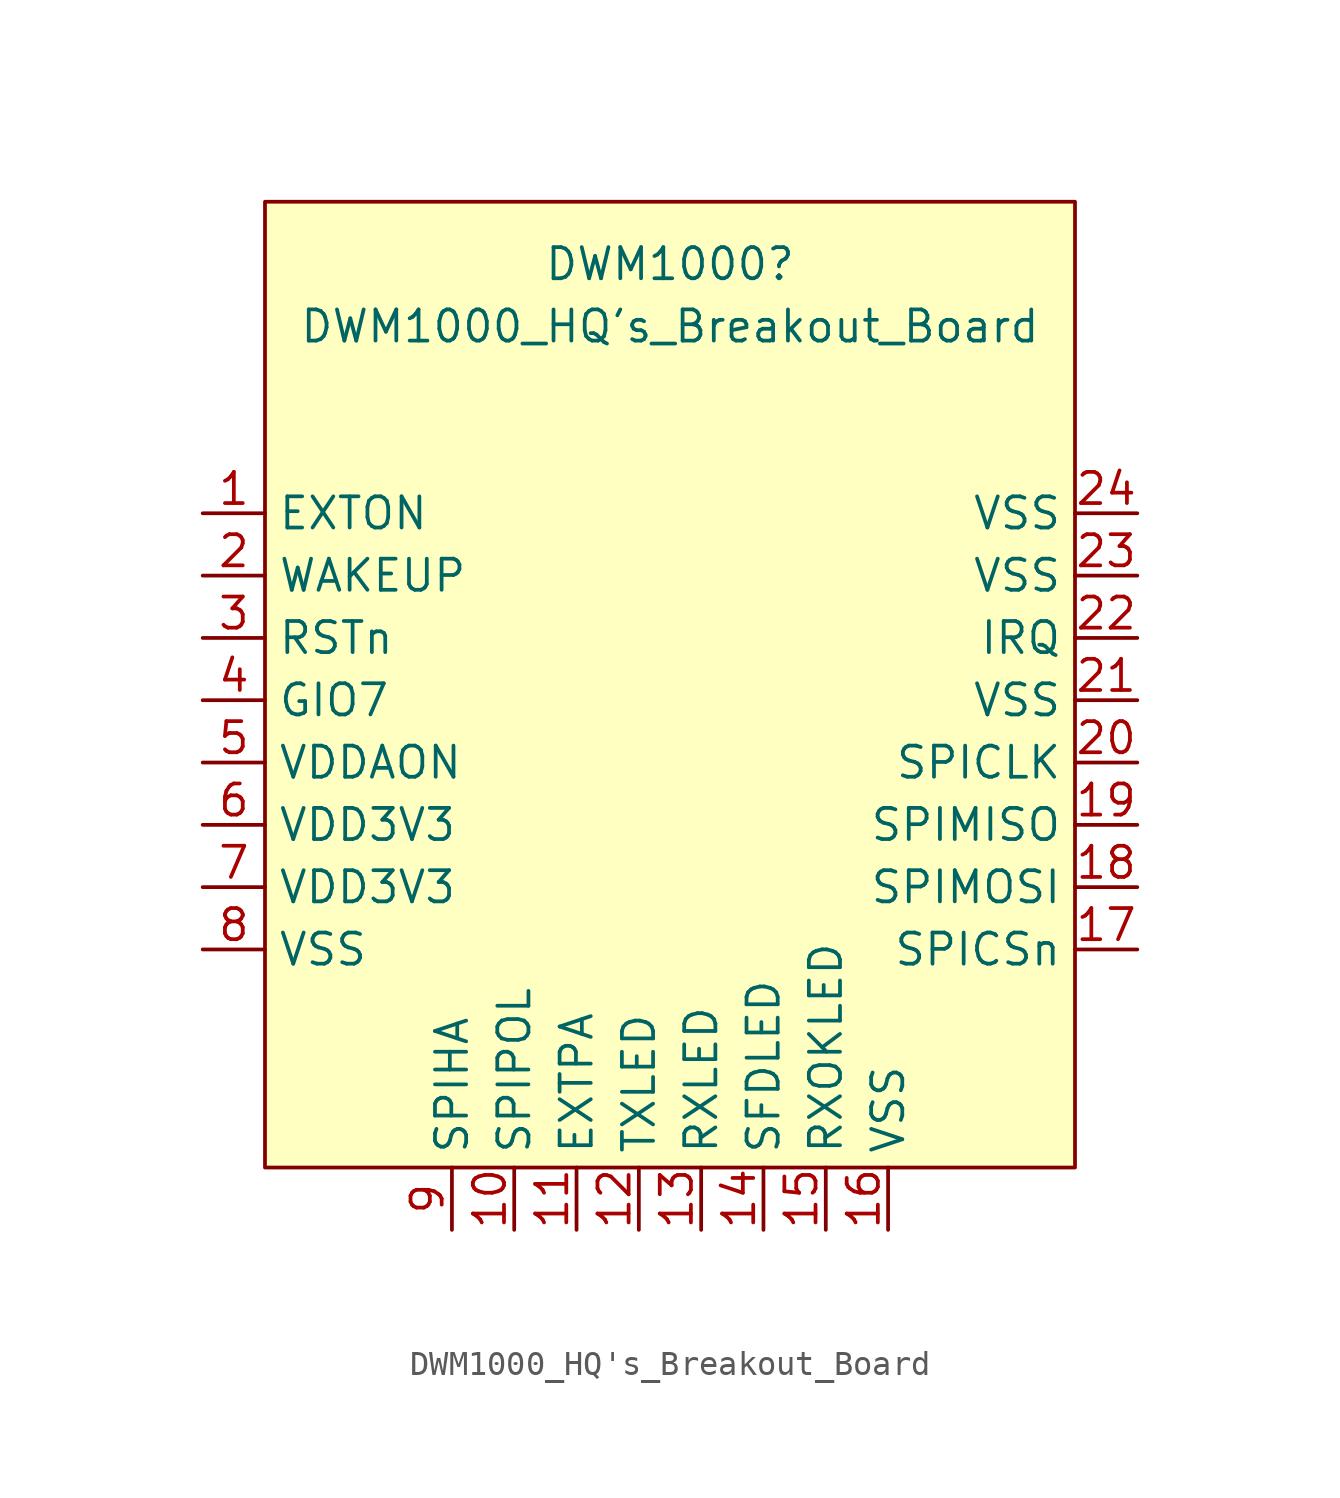
<source format=kicad_sym>
(kicad_symbol_lib
  (version 20211014)
  (generator kicad_symbol_editor)
  (symbol "DWM1000_HQ's_Breakout_Board"
    (property "Reference" "DWM1000"
      (at 0 17.78 0)
      (effects (font (size 1.27 1.27))))
    (property "Value" "DWM1000_HQ's_Breakout_Board"
      (at 0 15.24 0)
      (effects (font (size 1.27 1.27))))
    (symbol "DWM1000_HQ's_Breakout_Board_0_1"
      (rectangle (start -16.51 20.32) (end 16.51 -19.05) (stroke (width 0) (type default) (color 0 0 0 0)) (fill (type background))))
    (symbol "DWM1000_HQ's_Breakout_Board_1_1"
      (pin input line (at -19.05 7.62 0) (length 2.54) (name "EXTON" (effects (font (size 1.27 1.27)))) (number "1" (effects (font (size 1.27 1.27)))))
      (pin input line (at -6.35 -21.59 90) (length 2.54) (name "SPIPOL" (effects (font (size 1.27 1.27)))) (number "10" (effects (font (size 1.27 1.27)))))
      (pin input line (at -3.81 -21.59 90) (length 2.54) (name "EXTPA" (effects (font (size 1.27 1.27)))) (number "11" (effects (font (size 1.27 1.27)))))
      (pin input line (at -1.27 -21.59 90) (length 2.54) (name "TXLED" (effects (font (size 1.27 1.27)))) (number "12" (effects (font (size 1.27 1.27)))))
      (pin input line (at 1.27 -21.59 90) (length 2.54) (name "RXLED" (effects (font (size 1.27 1.27)))) (number "13" (effects (font (size 1.27 1.27)))))
      (pin input line (at 3.81 -21.59 90) (length 2.54) (name "SFDLED" (effects (font (size 1.27 1.27)))) (number "14" (effects (font (size 1.27 1.27)))))
      (pin input line (at 6.35 -21.59 90) (length 2.54) (name "RXOKLED" (effects (font (size 1.27 1.27)))) (number "15" (effects (font (size 1.27 1.27)))))
      (pin input line (at 8.89 -21.59 90) (length 2.54) (name "VSS" (effects (font (size 1.27 1.27)))) (number "16" (effects (font (size 1.27 1.27)))))
      (pin input line (at 19.05 -10.16 180) (length 2.54) (name "SPICSn" (effects (font (size 1.27 1.27)))) (number "17" (effects (font (size 1.27 1.27)))))
      (pin input line (at 19.05 -7.62 180) (length 2.54) (name "SPIMOSI" (effects (font (size 1.27 1.27)))) (number "18" (effects (font (size 1.27 1.27)))))
      (pin input line (at 19.05 -5.08 180) (length 2.54) (name "SPIMISO" (effects (font (size 1.27 1.27)))) (number "19" (effects (font (size 1.27 1.27)))))
      (pin input line (at -19.05 5.08 0) (length 2.54) (name "WAKEUP" (effects (font (size 1.27 1.27)))) (number "2" (effects (font (size 1.27 1.27)))))
      (pin input line (at 19.05 -2.54 180) (length 2.54) (name "SPICLK" (effects (font (size 1.27 1.27)))) (number "20" (effects (font (size 1.27 1.27)))))
      (pin input line (at 19.05 0 180) (length 2.54) (name "VSS" (effects (font (size 1.27 1.27)))) (number "21" (effects (font (size 1.27 1.27)))))
      (pin input line (at 19.05 2.54 180) (length 2.54) (name "IRQ" (effects (font (size 1.27 1.27)))) (number "22" (effects (font (size 1.27 1.27)))))
      (pin input line (at 19.05 5.08 180) (length 2.54) (name "VSS" (effects (font (size 1.27 1.27)))) (number "23" (effects (font (size 1.27 1.27)))))
      (pin input line (at 19.05 7.62 180) (length 2.54) (name "VSS" (effects (font (size 1.27 1.27)))) (number "24" (effects (font (size 1.27 1.27)))))
      (pin input line (at -19.05 2.54 0) (length 2.54) (name "RSTn" (effects (font (size 1.27 1.27)))) (number "3" (effects (font (size 1.27 1.27)))))
      (pin input line (at -19.05 0 0) (length 2.54) (name "GIO7" (effects (font (size 1.27 1.27)))) (number "4" (effects (font (size 1.27 1.27)))))
      (pin input line (at -19.05 -2.54 0) (length 2.54) (name "VDDAON" (effects (font (size 1.27 1.27)))) (number "5" (effects (font (size 1.27 1.27)))))
      (pin input line (at -19.05 -5.08 0) (length 2.54) (name "VDD3V3" (effects (font (size 1.27 1.27)))) (number "6" (effects (font (size 1.27 1.27)))))
      (pin input line (at -19.05 -7.62 0) (length 2.54) (name "VDD3V3" (effects (font (size 1.27 1.27)))) (number "7" (effects (font (size 1.27 1.27)))))
      (pin input line (at -19.05 -10.16 0) (length 2.54) (name "VSS" (effects (font (size 1.27 1.27)))) (number "8" (effects (font (size 1.27 1.27)))))
      (pin input line (at -8.89 -21.59 90) (length 2.54) (name "SPIHA" (effects (font (size 1.27 1.27)))) (number "9" (effects (font (size 1.27 1.27))))))))
</source>
